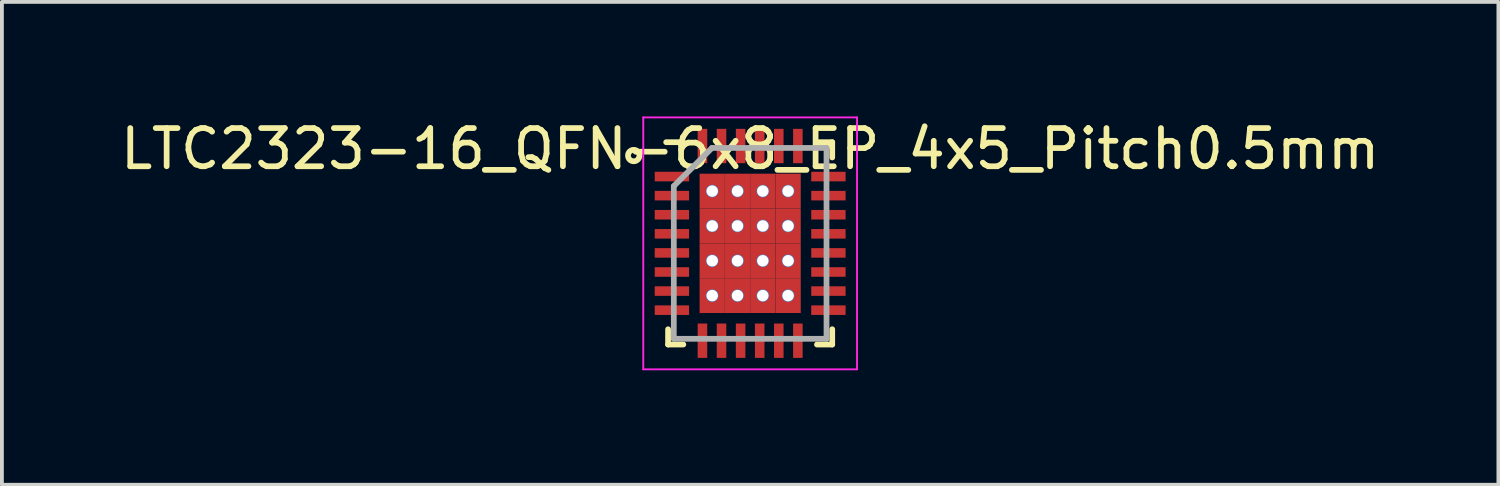
<source format=kicad_pcb>
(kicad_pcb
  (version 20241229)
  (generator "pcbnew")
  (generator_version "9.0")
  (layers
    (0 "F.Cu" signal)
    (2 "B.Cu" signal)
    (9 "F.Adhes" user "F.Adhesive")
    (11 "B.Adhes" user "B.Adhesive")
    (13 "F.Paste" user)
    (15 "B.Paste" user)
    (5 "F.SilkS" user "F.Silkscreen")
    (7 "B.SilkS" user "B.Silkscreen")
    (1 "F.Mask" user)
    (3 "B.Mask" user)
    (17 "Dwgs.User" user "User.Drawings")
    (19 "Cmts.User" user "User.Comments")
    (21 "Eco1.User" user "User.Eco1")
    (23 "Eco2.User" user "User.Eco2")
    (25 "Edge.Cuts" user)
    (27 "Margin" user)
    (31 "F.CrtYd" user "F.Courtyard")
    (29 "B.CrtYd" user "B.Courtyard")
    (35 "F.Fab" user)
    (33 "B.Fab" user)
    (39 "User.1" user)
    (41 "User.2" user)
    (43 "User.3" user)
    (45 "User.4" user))
  (footprint "LTC2323-16_QFN-6x8_EP_4x5_Pitch0.5mm"
    (layer "F.Cu")
    (at 16.601 3.325)
    (property "Reference" "LTC2323-16_QFN-6x8_EP_4x5_Pitch0.5mm" (at 0 -2.475 0) (layer "F.SilkS") (effects (font (size 1 1) (thickness 0.15))))
    (attr smd)
    (fp_line (start -2.15 2.65) (end -2.15 2.25) (stroke (width 0.15) (type solid)) (layer "F.SilkS"))
    (fp_line (start -1.75 -2.65) (end -2.2 -2.65) (stroke (width 0.15) (type solid)) (layer "F.SilkS"))
    (fp_line (start -1.75 2.65) (end -2.15 2.65) (stroke (width 0.15) (type solid)) (layer "F.SilkS"))
    (fp_line (start 1.75 -2.65) (end 2.15 -2.65) (stroke (width 0.15) (type solid)) (layer "F.SilkS"))
    (fp_line (start 1.75 2.65) (end 2.15 2.65) (stroke (width 0.15) (type solid)) (layer "F.SilkS"))
    (fp_line (start 2.15 -2.65) (end 2.15 -2.25) (stroke (width 0.15) (type solid)) (layer "F.SilkS"))
    (fp_line (start 2.15 2.65) (end 2.15 2.25) (stroke (width 0.15) (type solid)) (layer "F.SilkS"))
    (fp_circle (center -3.05 -2.3) (end -3.05 -2.15) (stroke (width 0.15) (type solid)) (fill no) (layer "F.SilkS"))
    (fp_line (start -2.8 -3.3) (end 2.8 -3.3) (stroke (width 0.05) (type solid)) (layer "F.CrtYd"))
    (fp_line (start -2.8 3.3) (end -2.8 -3.3) (stroke (width 0.05) (type solid)) (layer "F.CrtYd"))
    (fp_line (start 2.8 -3.3) (end 2.8 3.3) (stroke (width 0.05) (type solid)) (layer "F.CrtYd"))
    (fp_line (start 2.8 3.3) (end -2.8 3.3) (stroke (width 0.05) (type solid)) (layer "F.CrtYd"))
    (fp_line (start -2 -1.5) (end -2 2.5) (stroke (width 0.15) (type solid)) (layer "F.Fab"))
    (fp_line (start -2 2.5) (end 2 2.5) (stroke (width 0.15) (type solid)) (layer "F.Fab"))
    (fp_line (start -1 -2.5) (end -2 -1.5) (stroke (width 0.15) (type solid)) (layer "F.Fab"))
    (fp_line (start 2 -2.5) (end -1 -2.5) (stroke (width 0.15) (type solid)) (layer "F.Fab"))
    (fp_line (start 2 2.5) (end 2 -2.5) (stroke (width 0.15) (type solid)) (layer "F.Fab"))
    (pad "1" smd rect (at -2.05 -1.75 90) (size 0.25 0.9) (layers "F.Cu" "F.Mask" "F.Paste"))
    (pad "2" smd rect (at -2.05 -1.25 90) (size 0.25 0.9) (layers "F.Cu" "F.Mask" "F.Paste"))
    (pad "3" smd rect (at -2.05 -0.75 90) (size 0.25 0.9) (layers "F.Cu" "F.Mask" "F.Paste"))
    (pad "4" smd rect (at -2.05 -0.25 90) (size 0.25 0.9) (layers "F.Cu" "F.Mask" "F.Paste"))
    (pad "5" smd rect (at -2.05 0.25 90) (size 0.25 0.9) (layers "F.Cu" "F.Mask" "F.Paste"))
    (pad "6" smd rect (at -2.05 0.75 90) (size 0.25 0.9) (layers "F.Cu" "F.Mask" "F.Paste"))
    (pad "7" smd rect (at -2.05 1.25 90) (size 0.25 0.9) (layers "F.Cu" "F.Mask" "F.Paste"))
    (pad "8" smd rect (at -2.05 1.75 90) (size 0.25 0.9) (layers "F.Cu" "F.Mask" "F.Paste"))
    (pad "9" smd rect (at -1.25 2.55) (size 0.25 0.9) (layers "F.Cu" "F.Mask" "F.Paste"))
    (pad "10" smd rect (at -0.75 2.55) (size 0.25 0.9) (layers "F.Cu" "F.Mask" "F.Paste"))
    (pad "11" smd rect (at -0.25 2.55) (size 0.25 0.9) (layers "F.Cu" "F.Mask" "F.Paste"))
    (pad "12" smd rect (at 0.25 2.55) (size 0.25 0.9) (layers "F.Cu" "F.Mask" "F.Paste"))
    (pad "13" smd rect (at 0.75 2.55) (size 0.25 0.9) (layers "F.Cu" "F.Mask" "F.Paste"))
    (pad "14" smd rect (at 1.25 2.55) (size 0.25 0.9) (layers "F.Cu" "F.Mask" "F.Paste"))
    (pad "15" smd rect (at 2.05 1.75 90) (size 0.25 0.9) (layers "F.Cu" "F.Mask" "F.Paste"))
    (pad "16" smd rect (at 2.05 1.25 90) (size 0.25 0.9) (layers "F.Cu" "F.Mask" "F.Paste"))
    (pad "17" smd rect (at 2.05 0.75 90) (size 0.25 0.9) (layers "F.Cu" "F.Mask" "F.Paste"))
    (pad "18" smd rect (at 2.05 0.25 90) (size 0.25 0.9) (layers "F.Cu" "F.Mask" "F.Paste"))
    (pad "19" smd rect (at 2.05 -0.25 90) (size 0.25 0.9) (layers "F.Cu" "F.Mask" "F.Paste"))
    (pad "20" smd rect (at 2.05 -0.75 90) (size 0.25 0.9) (layers "F.Cu" "F.Mask" "F.Paste"))
    (pad "21" smd rect (at 2.05 -1.25 90) (size 0.25 0.9) (layers "F.Cu" "F.Mask" "F.Paste"))
    (pad "22" smd rect (at 2.05 -1.75 90) (size 0.25 0.9) (layers "F.Cu" "F.Mask" "F.Paste"))
    (pad "23" smd rect (at 1.25 -2.55) (size 0.25 0.9) (layers "F.Cu" "F.Mask" "F.Paste"))
    (pad "24" smd rect (at 0.75 -2.55) (size 0.25 0.9) (layers "F.Cu" "F.Mask" "F.Paste"))
    (pad "25" smd rect (at 0.25 -2.55) (size 0.25 0.9) (layers "F.Cu" "F.Mask" "F.Paste"))
    (pad "26" smd rect (at -0.25 -2.55) (size 0.25 0.9) (layers "F.Cu" "F.Mask" "F.Paste"))
    (pad "27" smd rect (at -0.75 -2.55) (size 0.25 0.9) (layers "F.Cu" "F.Mask" "F.Paste"))
    (pad "28" smd rect (at -1.25 -2.55) (size 0.25 0.9) (layers "F.Cu" "F.Mask" "F.Paste"))
    (pad "29" thru_hole circle (at -0.994 -1.369) (size 0.331 0.331) (drill 0.3) (layers "*.Cu" "*.Mask"))
    (pad "29" smd rect (at -0.994 -1.369) (size 0.662 0.912) (layers "F.Cu" "F.Mask" "F.Paste"))
    (pad "29" thru_hole circle (at -0.994 -0.456) (size 0.331 0.331) (drill 0.3) (layers "*.Cu" "*.Mask"))
    (pad "29" smd rect (at -0.994 -0.456) (size 0.662 0.912) (layers "F.Cu" "F.Mask" "F.Paste"))
    (pad "29" thru_hole circle (at -0.994 0.456) (size 0.331 0.331) (drill 0.3) (layers "*.Cu" "*.Mask"))
    (pad "29" smd rect (at -0.994 0.456) (size 0.662 0.912) (layers "F.Cu" "F.Mask" "F.Paste"))
    (pad "29" thru_hole circle (at -0.994 1.369) (size 0.331 0.331) (drill 0.3) (layers "*.Cu" "*.Mask"))
    (pad "29" smd rect (at -0.994 1.369) (size 0.662 0.912) (layers "F.Cu" "F.Mask" "F.Paste"))
    (pad "29" thru_hole circle (at -0.331 -1.369) (size 0.331 0.331) (drill 0.3) (layers "*.Cu" "*.Mask"))
    (pad "29" smd rect (at -0.331 -1.369) (size 0.662 0.912) (layers "F.Cu" "F.Mask" "F.Paste"))
    (pad "29" thru_hole circle (at -0.331 -0.456) (size 0.331 0.331) (drill 0.3) (layers "*.Cu" "*.Mask"))
    (pad "29" smd rect (at -0.331 -0.456) (size 0.662 0.912) (layers "F.Cu" "F.Mask" "F.Paste"))
    (pad "29" thru_hole circle (at -0.331 0.456) (size 0.331 0.331) (drill 0.3) (layers "*.Cu" "*.Mask"))
    (pad "29" smd rect (at -0.331 0.456) (size 0.662 0.912) (layers "F.Cu" "F.Mask" "F.Paste"))
    (pad "29" thru_hole circle (at -0.331 1.369) (size 0.331 0.331) (drill 0.3) (layers "*.Cu" "*.Mask"))
    (pad "29" smd rect (at -0.331 1.369) (size 0.662 0.912) (layers "F.Cu" "F.Mask" "F.Paste"))
    (pad "29" thru_hole circle (at 0.331 -1.369) (size 0.331 0.331) (drill 0.3) (layers "*.Cu" "*.Mask"))
    (pad "29" smd rect (at 0.331 -1.369) (size 0.662 0.912) (layers "F.Cu" "F.Mask" "F.Paste"))
    (pad "29" thru_hole circle (at 0.331 -0.456) (size 0.331 0.331) (drill 0.3) (layers "*.Cu" "*.Mask"))
    (pad "29" smd rect (at 0.331 -0.456) (size 0.662 0.912) (layers "F.Cu" "F.Mask" "F.Paste"))
    (pad "29" thru_hole circle (at 0.331 0.456) (size 0.331 0.331) (drill 0.3) (layers "*.Cu" "*.Mask"))
    (pad "29" smd rect (at 0.331 0.456) (size 0.662 0.912) (layers "F.Cu" "F.Mask" "F.Paste"))
    (pad "29" thru_hole circle (at 0.331 1.369) (size 0.331 0.331) (drill 0.3) (layers "*.Cu" "*.Mask"))
    (pad "29" smd rect (at 0.331 1.369) (size 0.662 0.912) (layers "F.Cu" "F.Mask" "F.Paste"))
    (pad "29" thru_hole circle (at 0.994 -1.369) (size 0.331 0.331) (drill 0.3) (layers "*.Cu" "*.Mask"))
    (pad "29" smd rect (at 0.994 -1.369) (size 0.662 0.912) (layers "F.Cu" "F.Mask" "F.Paste"))
    (pad "29" thru_hole circle (at 0.994 -0.456) (size 0.331 0.331) (drill 0.3) (layers "*.Cu" "*.Mask"))
    (pad "29" smd rect (at 0.994 -0.456) (size 0.662 0.912) (layers "F.Cu" "F.Mask" "F.Paste"))
    (pad "29" thru_hole circle (at 0.994 0.456) (size 0.331 0.331) (drill 0.3) (layers "*.Cu" "*.Mask"))
    (pad "29" smd rect (at 0.994 0.456) (size 0.662 0.912) (layers "F.Cu" "F.Mask" "F.Paste"))
    (pad "29" thru_hole circle (at 0.994 1.369) (size 0.331 0.331) (drill 0.3) (layers "*.Cu" "*.Mask"))
    (pad "29" smd rect (at 0.994 1.369) (size 0.662 0.912) (layers "F.Cu" "F.Mask" "F.Paste")))
  (gr_rect
    (start -3 -3)
    (end 36.202 9.65)
    (stroke (width 0.1) (type default))
    (fill no)
    (layer "Edge.Cuts")))
</source>
